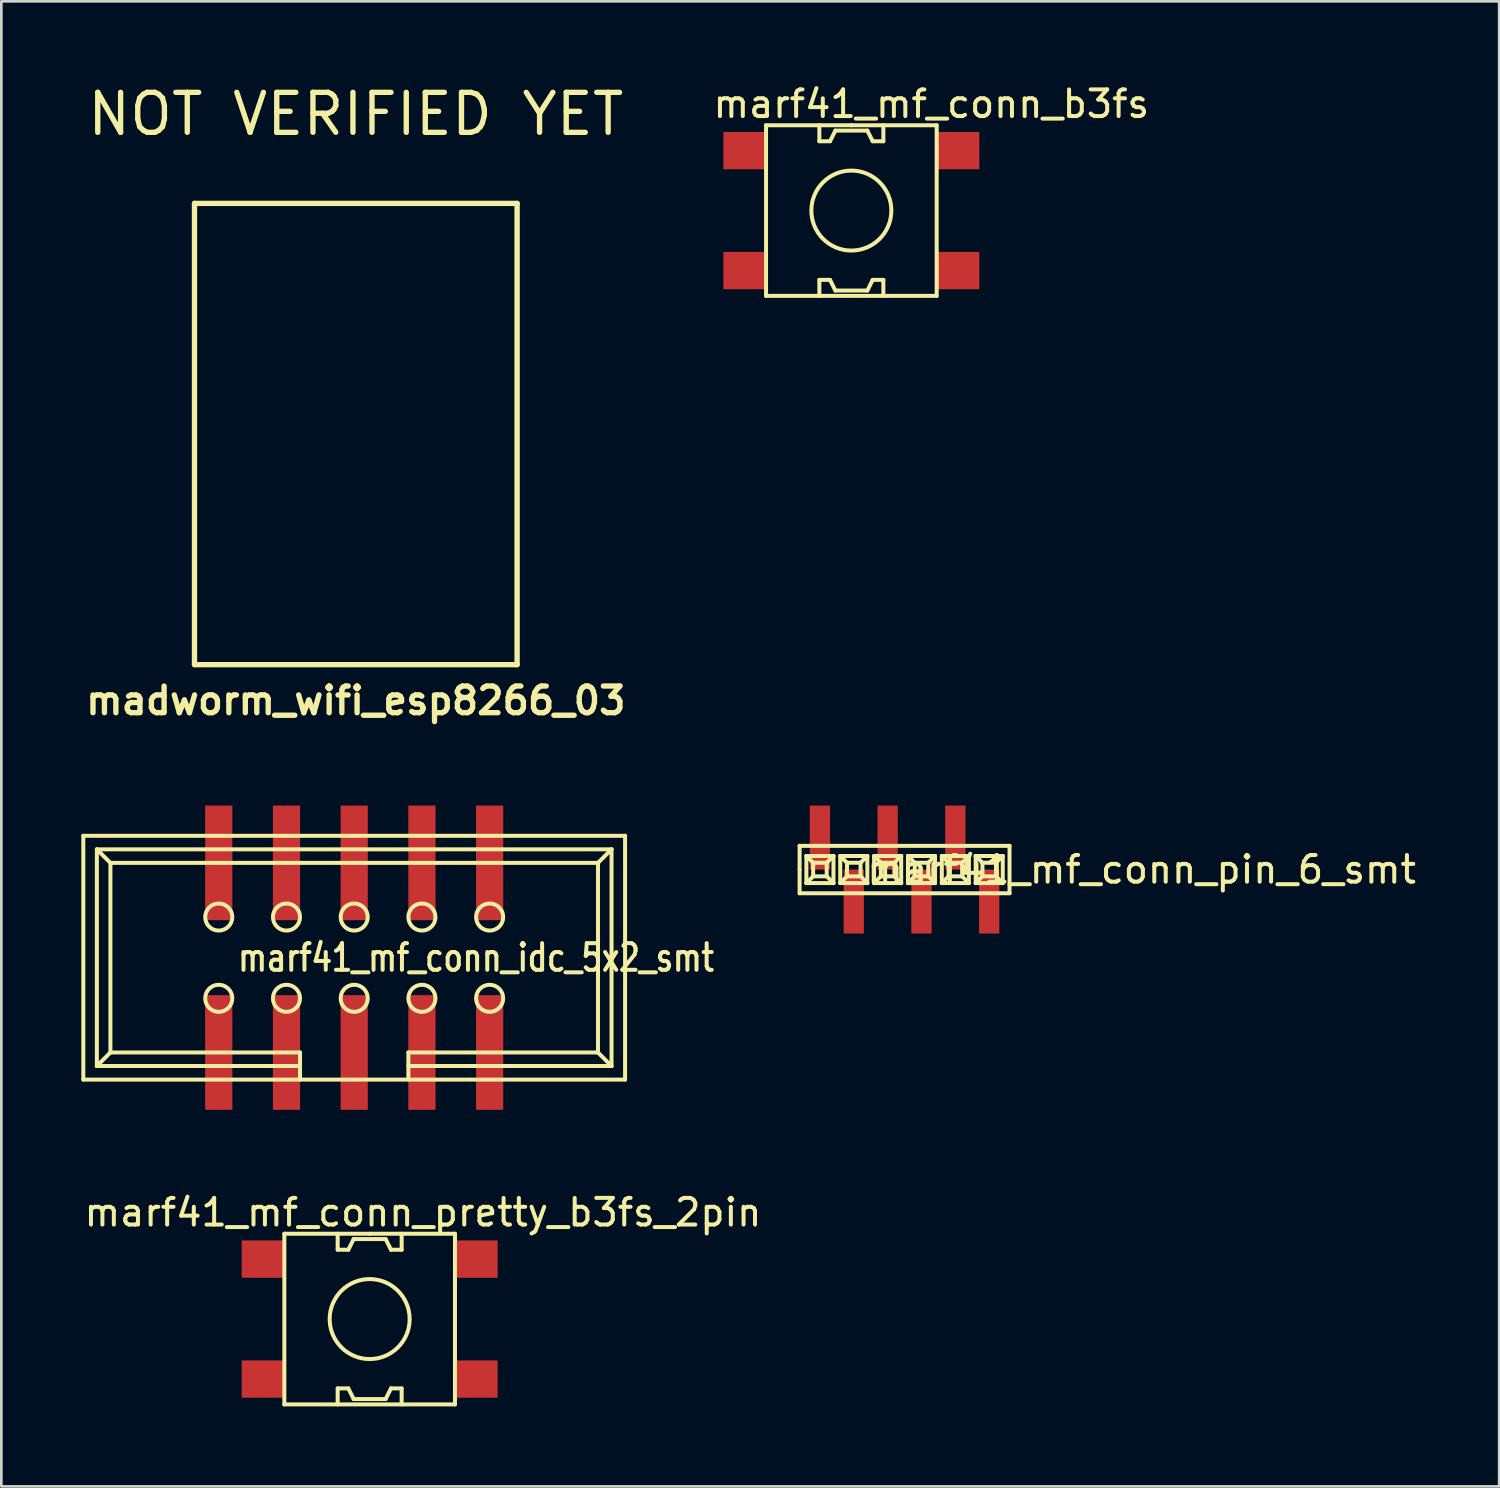
<source format=kicad_pcb>
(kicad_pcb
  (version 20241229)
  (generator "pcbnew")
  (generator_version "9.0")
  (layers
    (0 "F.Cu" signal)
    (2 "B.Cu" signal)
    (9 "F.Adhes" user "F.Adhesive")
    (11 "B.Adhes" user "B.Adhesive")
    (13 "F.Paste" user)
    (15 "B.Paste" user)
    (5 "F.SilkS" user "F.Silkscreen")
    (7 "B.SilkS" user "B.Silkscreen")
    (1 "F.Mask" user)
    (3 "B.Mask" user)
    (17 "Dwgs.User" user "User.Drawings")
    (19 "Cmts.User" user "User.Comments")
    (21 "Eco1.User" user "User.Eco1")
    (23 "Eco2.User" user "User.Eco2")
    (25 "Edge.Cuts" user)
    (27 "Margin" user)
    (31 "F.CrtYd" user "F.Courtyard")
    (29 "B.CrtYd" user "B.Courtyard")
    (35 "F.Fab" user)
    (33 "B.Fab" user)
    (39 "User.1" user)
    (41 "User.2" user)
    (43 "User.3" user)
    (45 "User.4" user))
  (footprint "marf41_mf_conn_b3fs"
    (layer "F.Cu")
    (at 28.882 4.848)
    (property "Reference" "marf41_mf_conn_b3fs" (at 3 -4 0) (layer "F.SilkS") (effects (font (size 1 1) (thickness 0.15))))
    (attr through_hole)
    (fp_line (start -3.2 -3.2) (end -3.2 3.2) (stroke (width 0.15) (type solid)) (layer "F.SilkS"))
    (fp_line (start -3.2 3.2) (end 3.2 3.2) (stroke (width 0.15) (type solid)) (layer "F.SilkS"))
    (fp_line (start -1.2 -3.2) (end -1.2 -2.6) (stroke (width 0.15) (type solid)) (layer "F.SilkS"))
    (fp_line (start -1.2 -2.6) (end -0.8 -2.6) (stroke (width 0.15) (type solid)) (layer "F.SilkS"))
    (fp_line (start -1.2 2.6) (end -0.8 2.6) (stroke (width 0.15) (type solid)) (layer "F.SilkS"))
    (fp_line (start -1.2 3.2) (end -1.2 2.6) (stroke (width 0.15) (type solid)) (layer "F.SilkS"))
    (fp_line (start -0.8 -2.6) (end -0.6 -3) (stroke (width 0.15) (type solid)) (layer "F.SilkS"))
    (fp_line (start -0.8 2.6) (end -0.6 3) (stroke (width 0.15) (type solid)) (layer "F.SilkS"))
    (fp_line (start -0.6 -3) (end 0.6 -3) (stroke (width 0.15) (type solid)) (layer "F.SilkS"))
    (fp_line (start -0.6 3) (end 0.6 3) (stroke (width 0.15) (type solid)) (layer "F.SilkS"))
    (fp_line (start 0 -3.2) (end -3.2 -3.2) (stroke (width 0.15) (type solid)) (layer "F.SilkS"))
    (fp_line (start 0.6 -3) (end 0.8 -2.6) (stroke (width 0.15) (type solid)) (layer "F.SilkS"))
    (fp_line (start 0.6 3) (end 0.8 2.6) (stroke (width 0.15) (type solid)) (layer "F.SilkS"))
    (fp_line (start 0.8 -2.6) (end 1.2 -2.6) (stroke (width 0.15) (type solid)) (layer "F.SilkS"))
    (fp_line (start 0.8 2.6) (end 1.2 2.6) (stroke (width 0.15) (type solid)) (layer "F.SilkS"))
    (fp_line (start 1.2 -2.6) (end 1.2 -3.2) (stroke (width 0.15) (type solid)) (layer "F.SilkS"))
    (fp_line (start 1.2 2.6) (end 1.2 3.2) (stroke (width 0.15) (type solid)) (layer "F.SilkS"))
    (fp_line (start 3.2 -3.2) (end 0 -3.2) (stroke (width 0.15) (type solid)) (layer "F.SilkS"))
    (fp_line (start 3.2 3.2) (end 3.2 -3.2) (stroke (width 0.15) (type solid)) (layer "F.SilkS"))
    (fp_circle (center 0 0) (end 0 -1.5) (stroke (width 0.15) (type solid)) (fill no) (layer "F.SilkS"))
    (pad "1" smd rect (at 4 2.25) (size 1.6 1.4) (layers "F.Cu" "F.Mask" "F.Paste"))
    (pad "2" smd rect (at -4 2.25) (size 1.6 1.4) (layers "F.Cu" "F.Mask" "F.Paste"))
    (pad "3" smd rect (at 4 -2.25) (size 1.6 1.4) (layers "F.Cu" "F.Mask" "F.Paste"))
    (pad "4" smd rect (at -4 -2.25) (size 1.6 1.4) (layers "F.Cu" "F.Mask" "F.Paste")))
  (footprint "marf41_mf_conn_idc_5x2_smt"
    (layer "F.Cu")
    (at 10.235 32.87)
    (property "Reference" "marf41_mf_conn_idc_5x2_smt" (at 4.572 0 0) (layer "F.SilkS") (effects (font (size 1 0.8) (thickness 0.15))))
    (attr through_hole)
    (fp_line (start -10.16 -4.572) (end -10.16 4.572) (stroke (width 0.15) (type solid)) (layer "F.SilkS"))
    (fp_line (start -10.16 4.572) (end 10.16 4.572) (stroke (width 0.15) (type solid)) (layer "F.SilkS"))
    (fp_line (start -9.652 -4.064) (end -9.144 -3.556) (stroke (width 0.15) (type solid)) (layer "F.SilkS"))
    (fp_line (start -9.652 -4.064) (end 9.652 -4.064) (stroke (width 0.15) (type solid)) (layer "F.SilkS"))
    (fp_line (start -9.652 4.064) (end -9.652 -4.064) (stroke (width 0.15) (type solid)) (layer "F.SilkS"))
    (fp_line (start -9.144 -3.556) (end 9.144 -3.556) (stroke (width 0.15) (type solid)) (layer "F.SilkS"))
    (fp_line (start -9.144 3.556) (end -9.652 4.064) (stroke (width 0.15) (type solid)) (layer "F.SilkS"))
    (fp_line (start -9.144 3.556) (end -9.144 -3.556) (stroke (width 0.15) (type solid)) (layer "F.SilkS"))
    (fp_line (start -2.032 3.556) (end -9.144 3.556) (stroke (width 0.15) (type solid)) (layer "F.SilkS"))
    (fp_line (start -2.032 4.064) (end -9.652 4.064) (stroke (width 0.15) (type solid)) (layer "F.SilkS"))
    (fp_line (start -2.032 4.572) (end -2.032 3.556) (stroke (width 0.15) (type solid)) (layer "F.SilkS"))
    (fp_line (start 2.032 3.556) (end 2.032 4.572) (stroke (width 0.15) (type solid)) (layer "F.SilkS"))
    (fp_line (start 9.144 -3.556) (end 9.144 3.556) (stroke (width 0.15) (type solid)) (layer "F.SilkS"))
    (fp_line (start 9.144 3.556) (end 2.032 3.556) (stroke (width 0.15) (type solid)) (layer "F.SilkS"))
    (fp_line (start 9.652 -4.064) (end 9.144 -3.556) (stroke (width 0.15) (type solid)) (layer "F.SilkS"))
    (fp_line (start 9.652 -4.064) (end 9.652 4.064) (stroke (width 0.15) (type solid)) (layer "F.SilkS"))
    (fp_line (start 9.652 4.064) (end 2.032 4.064) (stroke (width 0.15) (type solid)) (layer "F.SilkS"))
    (fp_line (start 9.652 4.064) (end 9.144 3.556) (stroke (width 0.15) (type solid)) (layer "F.SilkS"))
    (fp_line (start 10.16 -4.572) (end -10.16 -4.572) (stroke (width 0.15) (type solid)) (layer "F.SilkS"))
    (fp_line (start 10.16 4.572) (end 10.16 -4.572) (stroke (width 0.15) (type solid)) (layer "F.SilkS"))
    (fp_circle (center -5.08 -1.524) (end -5.08 -1.016) (stroke (width 0.15) (type solid)) (fill no) (layer "F.SilkS"))
    (fp_circle (center -5.08 1.524) (end -5.08 1.016) (stroke (width 0.15) (type solid)) (fill no) (layer "F.SilkS"))
    (fp_circle (center -2.54 -1.524) (end -2.54 -1.016) (stroke (width 0.15) (type solid)) (fill no) (layer "F.SilkS"))
    (fp_circle (center -2.54 1.524) (end -2.54 1.016) (stroke (width 0.15) (type solid)) (fill no) (layer "F.SilkS"))
    (fp_circle (center 0 -1.524) (end 0 -1.016) (stroke (width 0.15) (type solid)) (fill no) (layer "F.SilkS"))
    (fp_circle (center 0 1.524) (end 0 1.016) (stroke (width 0.15) (type solid)) (fill no) (layer "F.SilkS"))
    (fp_circle (center 2.54 -1.524) (end 2.54 -1.016) (stroke (width 0.15) (type solid)) (fill no) (layer "F.SilkS"))
    (fp_circle (center 2.54 1.524) (end 2.54 1.016) (stroke (width 0.15) (type solid)) (fill no) (layer "F.SilkS"))
    (fp_circle (center 5.08 -1.524) (end 5.08 -1.016) (stroke (width 0.15) (type solid)) (fill no) (layer "F.SilkS"))
    (fp_circle (center 5.08 1.524) (end 5.08 1.016) (stroke (width 0.15) (type solid)) (fill no) (layer "F.SilkS"))
    (pad "1" smd rect (at -5.08 3.556) (size 1.02 4.3) (layers "F.Cu" "F.Mask" "F.Paste"))
    (pad "2" smd rect (at -5.08 -3.556) (size 1.02 4.3) (layers "F.Cu" "F.Mask" "F.Paste"))
    (pad "3" smd rect (at -2.54 3.556) (size 1.02 4.3) (layers "F.Cu" "F.Mask" "F.Paste"))
    (pad "4" smd rect (at -2.54 -3.556) (size 1.02 4.3) (layers "F.Cu" "F.Mask" "F.Paste"))
    (pad "5" smd rect (at 0 3.556) (size 1.02 4.3) (layers "F.Cu" "F.Mask" "F.Paste"))
    (pad "6" smd rect (at 0 -3.556) (size 1.02 4.3) (layers "F.Cu" "F.Mask" "F.Paste"))
    (pad "7" smd rect (at 2.54 3.556) (size 1.02 4.3) (layers "F.Cu" "F.Mask" "F.Paste"))
    (pad "8" smd rect (at 2.54 -3.556) (size 1.02 4.3) (layers "F.Cu" "F.Mask" "F.Paste"))
    (pad "9" smd rect (at 5.08 3.556) (size 1.02 4.3) (layers "F.Cu" "F.Mask" "F.Paste"))
    (pad "10" smd rect (at 5.08 -3.556) (size 1.02 4.3) (layers "F.Cu" "F.Mask" "F.Paste")))
  (footprint "madworm_wifi_esp8266_03"
    (layer "F.Cu")
    (at 10.295 13.229)
    (property "Reference" "madworm_wifi_esp8266_03" (at 0 10 0) (layer "F.SilkS") (effects (font (size 1 1) (thickness 0.2))))
    (attr through_hole)
    (fp_line (start -6.05 -8.65) (end 6.05 -8.65) (stroke (width 0.2) (type solid)) (layer "F.SilkS"))
    (fp_line (start -6.05 8.65) (end -6.05 -8.65) (stroke (width 0.2) (type solid)) (layer "F.SilkS"))
    (fp_line (start 6.05 -8.65) (end 6.05 8.65) (stroke (width 0.2) (type solid)) (layer "F.SilkS"))
    (fp_line (start 6.05 8.65) (end -6.05 8.65) (stroke (width 0.2) (type solid)) (layer "F.SilkS"))
    (fp_text user "NOT VERIFIED YET" (at 0 -12 0) (layer "F.SilkS") (effects (font (size 1.5 1.5) (thickness 0.2)))))
  (footprint "marf41_mf_conn_pretty_b3fs_2pin"
    (layer "F.Cu")
    (at 10.815 46.425)
    (property "Reference" "marf41_mf_conn_pretty_b3fs_2pin" (at 2 -4 0) (layer "F.SilkS") (effects (font (size 1 1) (thickness 0.15))))
    (attr through_hole)
    (fp_line (start -3.2 -3.2) (end -3.2 3.2) (stroke (width 0.15) (type solid)) (layer "F.SilkS"))
    (fp_line (start -3.2 3.2) (end 3.2 3.2) (stroke (width 0.15) (type solid)) (layer "F.SilkS"))
    (fp_line (start -1.2 -3.2) (end -1.2 -2.6) (stroke (width 0.15) (type solid)) (layer "F.SilkS"))
    (fp_line (start -1.2 -2.6) (end -0.8 -2.6) (stroke (width 0.15) (type solid)) (layer "F.SilkS"))
    (fp_line (start -1.2 2.6) (end -0.8 2.6) (stroke (width 0.15) (type solid)) (layer "F.SilkS"))
    (fp_line (start -1.2 3.2) (end -1.2 2.6) (stroke (width 0.15) (type solid)) (layer "F.SilkS"))
    (fp_line (start -0.8 -2.6) (end -0.6 -3) (stroke (width 0.15) (type solid)) (layer "F.SilkS"))
    (fp_line (start -0.8 2.6) (end -0.6 3) (stroke (width 0.15) (type solid)) (layer "F.SilkS"))
    (fp_line (start -0.6 -3) (end 0.6 -3) (stroke (width 0.15) (type solid)) (layer "F.SilkS"))
    (fp_line (start -0.6 3) (end 0.6 3) (stroke (width 0.15) (type solid)) (layer "F.SilkS"))
    (fp_line (start 0 -3.2) (end -3.2 -3.2) (stroke (width 0.15) (type solid)) (layer "F.SilkS"))
    (fp_line (start 0.6 -3) (end 0.8 -2.6) (stroke (width 0.15) (type solid)) (layer "F.SilkS"))
    (fp_line (start 0.6 3) (end 0.8 2.6) (stroke (width 0.15) (type solid)) (layer "F.SilkS"))
    (fp_line (start 0.8 -2.6) (end 1.2 -2.6) (stroke (width 0.15) (type solid)) (layer "F.SilkS"))
    (fp_line (start 0.8 2.6) (end 1.2 2.6) (stroke (width 0.15) (type solid)) (layer "F.SilkS"))
    (fp_line (start 1.2 -2.6) (end 1.2 -3.2) (stroke (width 0.15) (type solid)) (layer "F.SilkS"))
    (fp_line (start 1.2 2.6) (end 1.2 3.2) (stroke (width 0.15) (type solid)) (layer "F.SilkS"))
    (fp_line (start 3.2 -3.2) (end 0 -3.2) (stroke (width 0.15) (type solid)) (layer "F.SilkS"))
    (fp_line (start 3.2 3.2) (end 3.2 -3.2) (stroke (width 0.15) (type solid)) (layer "F.SilkS"))
    (fp_circle (center 0 0) (end 0 -1.5) (stroke (width 0.15) (type solid)) (fill no) (layer "F.SilkS"))
    (pad "1" smd rect (at -4 2.25) (size 1.6 1.4) (layers "F.Cu" "F.Mask" "F.Paste"))
    (pad "1" smd rect (at 4 2.25) (size 1.6 1.4) (layers "F.Cu" "F.Mask" "F.Paste"))
    (pad "2" smd rect (at -4 -2.25) (size 1.6 1.4) (layers "F.Cu" "F.Mask" "F.Paste"))
    (pad "2" smd rect (at 4 -2.25) (size 1.6 1.4) (layers "F.Cu" "F.Mask" "F.Paste")))
  (footprint "marf41_mf_conn_pin_6_smt"
    (layer "F.Cu")
    (at 30.878 29.564)
    (property "Reference" "marf41_mf_conn_pin_6_smt" (at 8.89 0 0) (layer "F.SilkS") (effects (font (size 1 1) (thickness 0.15))))
    (attr through_hole)
    (fp_line (start -3.937 -0.889) (end 3.937 -0.889) (stroke (width 0.15) (type solid)) (layer "F.SilkS"))
    (fp_line (start -3.937 0) (end -3.937 -0.889) (stroke (width 0.15) (type solid)) (layer "F.SilkS"))
    (fp_line (start -3.937 0.889) (end -3.937 0) (stroke (width 0.15) (type solid)) (layer "F.SilkS"))
    (fp_line (start -3.683 -0.508) (end -3.683 0.508) (stroke (width 0.15) (type solid)) (layer "F.SilkS"))
    (fp_line (start -3.683 -0.508) (end -3.429 -0.254) (stroke (width 0.15) (type solid)) (layer "F.SilkS"))
    (fp_line (start -3.683 0.508) (end -2.667 0.508) (stroke (width 0.15) (type solid)) (layer "F.SilkS"))
    (fp_line (start -3.429 -0.254) (end -3.429 0.254) (stroke (width 0.15) (type solid)) (layer "F.SilkS"))
    (fp_line (start -3.429 0.254) (end -3.683 0.508) (stroke (width 0.15) (type solid)) (layer "F.SilkS"))
    (fp_line (start -3.429 0.254) (end -2.921 0.254) (stroke (width 0.15) (type solid)) (layer "F.SilkS"))
    (fp_line (start -2.921 -0.254) (end -3.429 -0.254) (stroke (width 0.15) (type solid)) (layer "F.SilkS"))
    (fp_line (start -2.921 -0.254) (end -2.667 -0.508) (stroke (width 0.15) (type solid)) (layer "F.SilkS"))
    (fp_line (start -2.921 0.254) (end -2.921 -0.254) (stroke (width 0.15) (type solid)) (layer "F.SilkS"))
    (fp_line (start -2.921 0.254) (end -2.667 0.508) (stroke (width 0.15) (type solid)) (layer "F.SilkS"))
    (fp_line (start -2.667 -0.508) (end -3.683 -0.508) (stroke (width 0.15) (type solid)) (layer "F.SilkS"))
    (fp_line (start -2.667 0.508) (end -2.667 -0.508) (stroke (width 0.15) (type solid)) (layer "F.SilkS"))
    (fp_line (start -2.413 -0.508) (end -2.159 -0.254) (stroke (width 0.15) (type solid)) (layer "F.SilkS"))
    (fp_line (start -2.413 -0.508) (end -1.397 -0.508) (stroke (width 0.15) (type solid)) (layer "F.SilkS"))
    (fp_line (start -2.413 0.508) (end -2.413 -0.508) (stroke (width 0.15) (type solid)) (layer "F.SilkS"))
    (fp_line (start -2.159 -0.254) (end -2.159 0.254) (stroke (width 0.15) (type solid)) (layer "F.SilkS"))
    (fp_line (start -2.159 -0.254) (end -1.651 -0.254) (stroke (width 0.15) (type solid)) (layer "F.SilkS"))
    (fp_line (start -2.159 0.254) (end -2.413 0.508) (stroke (width 0.15) (type solid)) (layer "F.SilkS"))
    (fp_line (start -2.159 0.254) (end -1.651 0.254) (stroke (width 0.15) (type solid)) (layer "F.SilkS"))
    (fp_line (start -1.651 -0.254) (end -1.397 -0.508) (stroke (width 0.15) (type solid)) (layer "F.SilkS"))
    (fp_line (start -1.651 0.254) (end -1.651 -0.254) (stroke (width 0.15) (type solid)) (layer "F.SilkS"))
    (fp_line (start -1.397 -0.508) (end -1.397 0.508) (stroke (width 0.15) (type solid)) (layer "F.SilkS"))
    (fp_line (start -1.397 0.508) (end -2.413 0.508) (stroke (width 0.15) (type solid)) (layer "F.SilkS"))
    (fp_line (start -1.397 0.508) (end -1.651 0.254) (stroke (width 0.15) (type solid)) (layer "F.SilkS"))
    (fp_line (start -1.143 -0.508) (end -1.143 0.508) (stroke (width 0.15) (type solid)) (layer "F.SilkS"))
    (fp_line (start -1.143 0.508) (end -0.127 0.508) (stroke (width 0.15) (type solid)) (layer "F.SilkS"))
    (fp_line (start -0.889 -0.254) (end -1.143 -0.508) (stroke (width 0.15) (type solid)) (layer "F.SilkS"))
    (fp_line (start -0.889 -0.254) (end -0.889 0.254) (stroke (width 0.15) (type solid)) (layer "F.SilkS"))
    (fp_line (start -0.889 0.254) (end -1.143 0.508) (stroke (width 0.15) (type solid)) (layer "F.SilkS"))
    (fp_line (start -0.889 0.254) (end -0.381 0.254) (stroke (width 0.15) (type solid)) (layer "F.SilkS"))
    (fp_line (start -0.381 -0.254) (end -0.889 -0.254) (stroke (width 0.15) (type solid)) (layer "F.SilkS"))
    (fp_line (start -0.381 -0.254) (end -0.127 -0.508) (stroke (width 0.15) (type solid)) (layer "F.SilkS"))
    (fp_line (start -0.381 0.254) (end -0.381 -0.254) (stroke (width 0.15) (type solid)) (layer "F.SilkS"))
    (fp_line (start -0.127 -0.508) (end -1.143 -0.508) (stroke (width 0.15) (type solid)) (layer "F.SilkS"))
    (fp_line (start -0.127 -0.508) (end -0.127 0.508) (stroke (width 0.15) (type solid)) (layer "F.SilkS"))
    (fp_line (start -0.127 0.508) (end -0.381 0.254) (stroke (width 0.15) (type solid)) (layer "F.SilkS"))
    (fp_line (start 0.127 -0.508) (end 0.127 0.508) (stroke (width 0.15) (type solid)) (layer "F.SilkS"))
    (fp_line (start 0.127 -0.508) (end 0.381 -0.254) (stroke (width 0.15) (type solid)) (layer "F.SilkS"))
    (fp_line (start 0.127 0.508) (end 1.143 0.508) (stroke (width 0.15) (type solid)) (layer "F.SilkS"))
    (fp_line (start 0.381 -0.254) (end 0.381 0.254) (stroke (width 0.15) (type solid)) (layer "F.SilkS"))
    (fp_line (start 0.381 -0.254) (end 0.889 -0.254) (stroke (width 0.15) (type solid)) (layer "F.SilkS"))
    (fp_line (start 0.381 0.254) (end 0.127 0.508) (stroke (width 0.15) (type solid)) (layer "F.SilkS"))
    (fp_line (start 0.381 0.254) (end 0.889 0.254) (stroke (width 0.15) (type solid)) (layer "F.SilkS"))
    (fp_line (start 0.889 -0.254) (end 1.143 -0.508) (stroke (width 0.15) (type solid)) (layer "F.SilkS"))
    (fp_line (start 0.889 0.254) (end 0.889 -0.254) (stroke (width 0.15) (type solid)) (layer "F.SilkS"))
    (fp_line (start 0.889 0.254) (end 1.143 0.508) (stroke (width 0.15) (type solid)) (layer "F.SilkS"))
    (fp_line (start 1.143 -0.508) (end 0.127 -0.508) (stroke (width 0.15) (type solid)) (layer "F.SilkS"))
    (fp_line (start 1.143 0.508) (end 1.143 -0.508) (stroke (width 0.15) (type solid)) (layer "F.SilkS"))
    (fp_line (start 1.397 -0.508) (end 1.397 0.508) (stroke (width 0.15) (type solid)) (layer "F.SilkS"))
    (fp_line (start 1.397 -0.508) (end 1.651 -0.254) (stroke (width 0.15) (type solid)) (layer "F.SilkS"))
    (fp_line (start 1.397 0.508) (end 2.413 0.508) (stroke (width 0.15) (type solid)) (layer "F.SilkS"))
    (fp_line (start 1.651 -0.254) (end 1.651 0.254) (stroke (width 0.15) (type solid)) (layer "F.SilkS"))
    (fp_line (start 1.651 -0.254) (end 2.159 -0.254) (stroke (width 0.15) (type solid)) (layer "F.SilkS"))
    (fp_line (start 1.651 0.254) (end 1.397 0.508) (stroke (width 0.15) (type solid)) (layer "F.SilkS"))
    (fp_line (start 1.651 0.254) (end 2.159 0.254) (stroke (width 0.15) (type solid)) (layer "F.SilkS"))
    (fp_line (start 2.159 -0.254) (end 2.159 0.254) (stroke (width 0.15) (type solid)) (layer "F.SilkS"))
    (fp_line (start 2.159 -0.254) (end 2.413 -0.508) (stroke (width 0.15) (type solid)) (layer "F.SilkS"))
    (fp_line (start 2.159 0.254) (end 2.413 0.508) (stroke (width 0.15) (type solid)) (layer "F.SilkS"))
    (fp_line (start 2.413 -0.508) (end 1.397 -0.508) (stroke (width 0.15) (type solid)) (layer "F.SilkS"))
    (fp_line (start 2.413 0.508) (end 2.413 -0.508) (stroke (width 0.15) (type solid)) (layer "F.SilkS"))
    (fp_line (start 2.667 -0.508) (end 2.667 0.508) (stroke (width 0.15) (type solid)) (layer "F.SilkS"))
    (fp_line (start 2.667 0.508) (end 2.921 0.254) (stroke (width 0.15) (type solid)) (layer "F.SilkS"))
    (fp_line (start 2.667 0.508) (end 3.683 0.508) (stroke (width 0.15) (type solid)) (layer "F.SilkS"))
    (fp_line (start 2.921 -0.254) (end 2.667 -0.508) (stroke (width 0.15) (type solid)) (layer "F.SilkS"))
    (fp_line (start 2.921 -0.254) (end 3.429 -0.254) (stroke (width 0.15) (type solid)) (layer "F.SilkS"))
    (fp_line (start 2.921 0.254) (end 2.921 -0.254) (stroke (width 0.15) (type solid)) (layer "F.SilkS"))
    (fp_line (start 2.921 0.254) (end 3.429 0.254) (stroke (width 0.15) (type solid)) (layer "F.SilkS"))
    (fp_line (start 3.429 -0.254) (end 3.683 -0.508) (stroke (width 0.15) (type solid)) (layer "F.SilkS"))
    (fp_line (start 3.429 0.254) (end 3.429 -0.254) (stroke (width 0.15) (type solid)) (layer "F.SilkS"))
    (fp_line (start 3.429 0.254) (end 3.683 0.508) (stroke (width 0.15) (type solid)) (layer "F.SilkS"))
    (fp_line (start 3.683 -0.508) (end 2.667 -0.508) (stroke (width 0.15) (type solid)) (layer "F.SilkS"))
    (fp_line (start 3.683 0.508) (end 3.683 -0.508) (stroke (width 0.15) (type solid)) (layer "F.SilkS"))
    (fp_line (start 3.937 -0.889) (end 3.937 0.889) (stroke (width 0.15) (type solid)) (layer "F.SilkS"))
    (fp_line (start 3.937 0.889) (end -3.937 0.889) (stroke (width 0.15) (type solid)) (layer "F.SilkS"))
    (pad "1" smd rect (at -3.175 -1.2) (size 0.76 2.4) (layers "F.Cu" "F.Mask" "F.Paste"))
    (pad "2" smd rect (at -1.905 1.2) (size 0.76 2.4) (layers "F.Cu" "F.Mask" "F.Paste"))
    (pad "3" smd rect (at -0.635 -1.2) (size 0.76 2.4) (layers "F.Cu" "F.Mask" "F.Paste"))
    (pad "4" smd rect (at 0.635 1.2) (size 0.76 2.4) (layers "F.Cu" "F.Mask" "F.Paste"))
    (pad "5" smd rect (at 1.905 -1.2) (size 0.76 2.4) (layers "F.Cu" "F.Mask" "F.Paste"))
    (pad "6" smd rect (at 3.175 1.2) (size 0.76 2.4) (layers "F.Cu" "F.Mask" "F.Paste")))
  (gr_rect
    (start -3 -3)
    (end 53.179 52.7)
    (stroke (width 0.1) (type default))
    (fill no)
    (layer "Edge.Cuts")))
</source>
